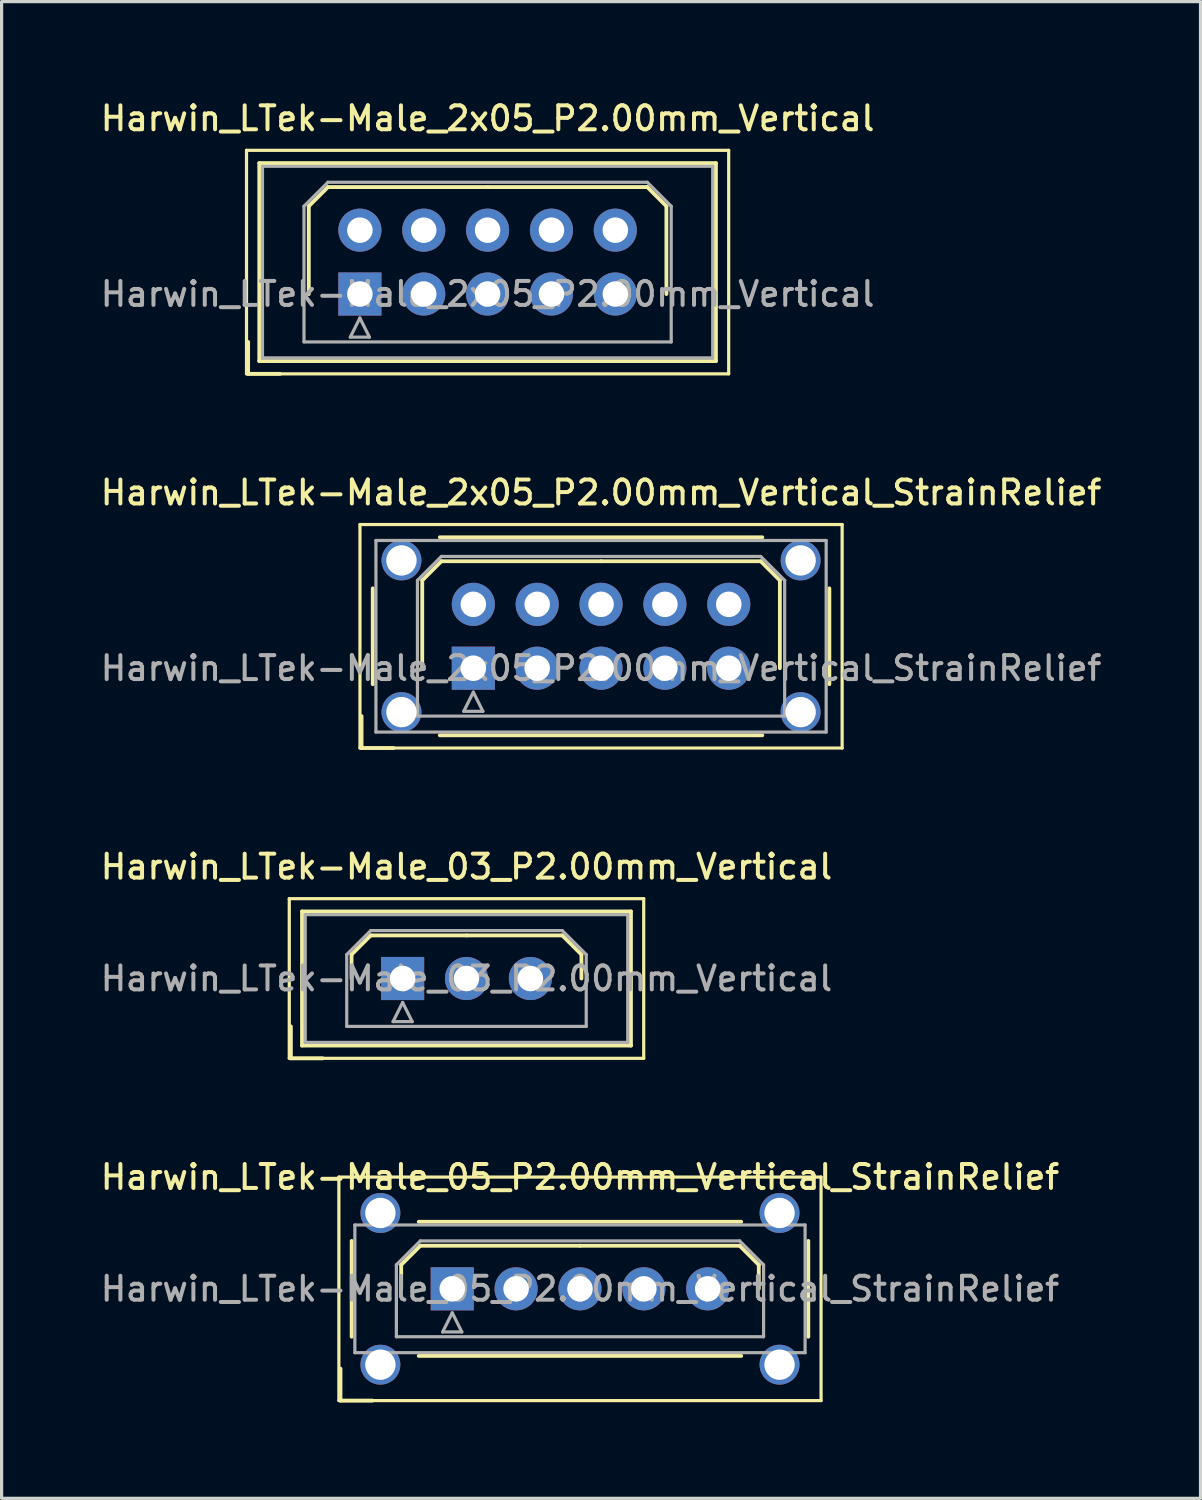
<source format=kicad_pcb>
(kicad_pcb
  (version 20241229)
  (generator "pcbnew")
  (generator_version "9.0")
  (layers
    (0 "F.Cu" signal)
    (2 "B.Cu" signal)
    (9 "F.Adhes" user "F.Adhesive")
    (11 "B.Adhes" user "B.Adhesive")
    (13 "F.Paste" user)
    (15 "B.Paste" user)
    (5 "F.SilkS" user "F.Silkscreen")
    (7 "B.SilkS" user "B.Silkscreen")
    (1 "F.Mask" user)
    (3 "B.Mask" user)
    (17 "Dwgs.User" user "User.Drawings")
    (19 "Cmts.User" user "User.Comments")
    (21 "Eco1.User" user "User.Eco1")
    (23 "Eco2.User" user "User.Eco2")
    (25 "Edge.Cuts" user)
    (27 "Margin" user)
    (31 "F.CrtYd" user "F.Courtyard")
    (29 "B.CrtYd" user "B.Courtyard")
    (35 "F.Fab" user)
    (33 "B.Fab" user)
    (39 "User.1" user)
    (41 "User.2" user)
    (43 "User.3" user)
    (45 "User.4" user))
  (footprint "Harwin_LTek-Male_03_P2.00mm_Vertical"
    (layer "F.Cu")
    (at 9.559 27.594)
    (property "Reference" "Harwin_LTek-Male_03_P2.00mm_Vertical" (at 2 -3.5 0) (layer "F.SilkS") (effects (font (size 0.75 0.75) (thickness 0.125))))
    (attr through_hole)
    (fp_line (start -3.55 -2.5) (end -3.55 2.5) (stroke (width 0.1) (type solid)) (layer "F.SilkS"))
    (fp_line (start -3.55 2.5) (end 7.55 2.5) (stroke (width 0.1) (type solid)) (layer "F.SilkS"))
    (fp_line (start -3.5 1.5) (end -3.5 2.5) (stroke (width 0.12) (type solid)) (layer "F.SilkS"))
    (fp_line (start -3.5 2.5) (end -2.5 2.5) (stroke (width 0.12) (type solid)) (layer "F.SilkS"))
    (fp_line (start -3.15 -2.1) (end -3.15 2.1) (stroke (width 0.12) (type solid)) (layer "F.SilkS"))
    (fp_line (start -3.15 2.1) (end 7.15 2.1) (stroke (width 0.12) (type solid)) (layer "F.SilkS"))
    (fp_line (start -1.6 -0.75) (end -1 -1.35) (stroke (width 0.12) (type solid)) (layer "F.SilkS"))
    (fp_line (start -1.6 0) (end -1.6 -0.75) (stroke (width 0.12) (type solid)) (layer "F.SilkS"))
    (fp_line (start -1 -1.35) (end 2 -1.35) (stroke (width 0.12) (type solid)) (layer "F.SilkS"))
    (fp_line (start 5 -1.35) (end 2 -1.35) (stroke (width 0.12) (type solid)) (layer "F.SilkS"))
    (fp_line (start 5.6 -0.75) (end 5 -1.35) (stroke (width 0.12) (type solid)) (layer "F.SilkS"))
    (fp_line (start 5.6 0) (end 5.6 -0.75) (stroke (width 0.12) (type solid)) (layer "F.SilkS"))
    (fp_line (start 7.15 -2.1) (end -3.15 -2.1) (stroke (width 0.12) (type solid)) (layer "F.SilkS"))
    (fp_line (start 7.15 2.1) (end 7.15 -2.1) (stroke (width 0.12) (type solid)) (layer "F.SilkS"))
    (fp_line (start 7.55 -2.5) (end -3.55 -2.5) (stroke (width 0.1) (type solid)) (layer "F.SilkS"))
    (fp_line (start 7.55 2.5) (end 7.55 -2.5) (stroke (width 0.1) (type solid)) (layer "F.SilkS"))
    (fp_line (start -3.05 -2) (end -3.05 2) (stroke (width 0.1) (type solid)) (layer "F.Fab"))
    (fp_line (start -3.05 2) (end 7.05 2) (stroke (width 0.1) (type solid)) (layer "F.Fab"))
    (fp_line (start -1.75 -0.75) (end -1 -1.5) (stroke (width 0.1) (type solid)) (layer "F.Fab"))
    (fp_line (start -1.75 1.5) (end -1.75 -0.75) (stroke (width 0.1) (type solid)) (layer "F.Fab"))
    (fp_line (start -1 -1.5) (end 5 -1.5) (stroke (width 0.1) (type solid)) (layer "F.Fab"))
    (fp_line (start -0.3 1.35) (end 0.3 1.35) (stroke (width 0.1) (type solid)) (layer "F.Fab"))
    (fp_line (start 0 0.75) (end -0.3 1.35) (stroke (width 0.1) (type solid)) (layer "F.Fab"))
    (fp_line (start 0.3 1.35) (end 0 0.75) (stroke (width 0.1) (type solid)) (layer "F.Fab"))
    (fp_line (start 5 -1.5) (end 5.75 -0.75) (stroke (width 0.1) (type solid)) (layer "F.Fab"))
    (fp_line (start 5.75 -0.75) (end 5.75 1.5) (stroke (width 0.1) (type solid)) (layer "F.Fab"))
    (fp_line (start 5.75 1.5) (end -1.75 1.5) (stroke (width 0.1) (type solid)) (layer "F.Fab"))
    (fp_line (start 7.05 -2) (end -3.05 -2) (stroke (width 0.1) (type solid)) (layer "F.Fab"))
    (fp_line (start 7.05 2) (end 7.05 -2) (stroke (width 0.1) (type solid)) (layer "F.Fab"))
    (fp_text user "${REFERENCE}" (at 2 0 0) (layer "F.Fab") (effects (font (size 0.75 0.75) (thickness 0.125))))
    (pad "1" thru_hole rect (at 0 0) (size 1.35 1.35) (drill 0.8) (layers "*.Cu" "*.Mask"))
    (pad "2" thru_hole circle (at 2 0) (size 1.35 1.35) (drill 0.8) (layers "*.Cu" "*.Mask"))
    (pad "3" thru_hole circle (at 4 0) (size 1.35 1.35) (drill 0.8) (layers "*.Cu" "*.Mask")))
  (footprint "Harwin_LTek-Male_2x05_P2.00mm_Vertical"
    (layer "F.Cu")
    (at 8.22 6.158)
    (property "Reference" "Harwin_LTek-Male_2x05_P2.00mm_Vertical" (at 4 -5.5 0) (layer "F.SilkS") (effects (font (size 0.75 0.75) (thickness 0.125))))
    (attr through_hole)
    (fp_line (start -3.55 -4.5) (end -3.55 2.5) (stroke (width 0.1) (type solid)) (layer "F.SilkS"))
    (fp_line (start -3.55 2.5) (end 11.55 2.5) (stroke (width 0.1) (type solid)) (layer "F.SilkS"))
    (fp_line (start -3.5 1.5) (end -3.5 2.5) (stroke (width 0.12) (type solid)) (layer "F.SilkS"))
    (fp_line (start -3.5 2.5) (end -2.5 2.5) (stroke (width 0.12) (type solid)) (layer "F.SilkS"))
    (fp_line (start -3.15 -4.1) (end -3.15 2.1) (stroke (width 0.12) (type solid)) (layer "F.SilkS"))
    (fp_line (start -3.15 2.1) (end 11.15 2.1) (stroke (width 0.12) (type solid)) (layer "F.SilkS"))
    (fp_line (start -1.6 -2.75) (end -1 -3.35) (stroke (width 0.12) (type solid)) (layer "F.SilkS"))
    (fp_line (start -1.6 0) (end -1.6 -2.75) (stroke (width 0.12) (type solid)) (layer "F.SilkS"))
    (fp_line (start -1 -3.35) (end 4 -3.35) (stroke (width 0.12) (type solid)) (layer "F.SilkS"))
    (fp_line (start 9 -3.35) (end 4 -3.35) (stroke (width 0.12) (type solid)) (layer "F.SilkS"))
    (fp_line (start 9.6 -2.75) (end 9 -3.35) (stroke (width 0.12) (type solid)) (layer "F.SilkS"))
    (fp_line (start 9.6 0) (end 9.6 -2.75) (stroke (width 0.12) (type solid)) (layer "F.SilkS"))
    (fp_line (start 11.15 -4.1) (end -3.15 -4.1) (stroke (width 0.12) (type solid)) (layer "F.SilkS"))
    (fp_line (start 11.15 2.1) (end 11.15 -4.1) (stroke (width 0.12) (type solid)) (layer "F.SilkS"))
    (fp_line (start 11.55 -4.5) (end -3.55 -4.5) (stroke (width 0.1) (type solid)) (layer "F.SilkS"))
    (fp_line (start 11.55 2.5) (end 11.55 -4.5) (stroke (width 0.1) (type solid)) (layer "F.SilkS"))
    (fp_line (start -3.05 -4) (end -3.05 2) (stroke (width 0.1) (type solid)) (layer "F.Fab"))
    (fp_line (start -3.05 2) (end 11.05 2) (stroke (width 0.1) (type solid)) (layer "F.Fab"))
    (fp_line (start -1.75 -2.75) (end -1 -3.5) (stroke (width 0.1) (type solid)) (layer "F.Fab"))
    (fp_line (start -1.75 1.5) (end -1.75 -2.75) (stroke (width 0.1) (type solid)) (layer "F.Fab"))
    (fp_line (start -1 -3.5) (end 9 -3.5) (stroke (width 0.1) (type solid)) (layer "F.Fab"))
    (fp_line (start -0.3 1.35) (end 0.3 1.35) (stroke (width 0.1) (type solid)) (layer "F.Fab"))
    (fp_line (start 0 0.75) (end -0.3 1.35) (stroke (width 0.1) (type solid)) (layer "F.Fab"))
    (fp_line (start 0.3 1.35) (end 0 0.75) (stroke (width 0.1) (type solid)) (layer "F.Fab"))
    (fp_line (start 9 -3.5) (end 9.75 -2.75) (stroke (width 0.1) (type solid)) (layer "F.Fab"))
    (fp_line (start 9.75 -2.75) (end 9.75 1.5) (stroke (width 0.1) (type solid)) (layer "F.Fab"))
    (fp_line (start 9.75 1.5) (end -1.75 1.5) (stroke (width 0.1) (type solid)) (layer "F.Fab"))
    (fp_line (start 11.05 -4) (end -3.05 -4) (stroke (width 0.1) (type solid)) (layer "F.Fab"))
    (fp_line (start 11.05 2) (end 11.05 -4) (stroke (width 0.1) (type solid)) (layer "F.Fab"))
    (fp_text user "${REFERENCE}" (at 4 0 0) (layer "F.Fab") (effects (font (size 0.75 0.75) (thickness 0.125))))
    (pad "1" thru_hole rect (at 0 0) (size 1.35 1.35) (drill 0.8) (layers "*.Cu" "*.Mask"))
    (pad "2" thru_hole circle (at 0 -2) (size 1.35 1.35) (drill 0.8) (layers "*.Cu" "*.Mask"))
    (pad "3" thru_hole circle (at 2 0) (size 1.35 1.35) (drill 0.8) (layers "*.Cu" "*.Mask"))
    (pad "4" thru_hole circle (at 2 -2) (size 1.35 1.35) (drill 0.8) (layers "*.Cu" "*.Mask"))
    (pad "5" thru_hole circle (at 4 0) (size 1.35 1.35) (drill 0.8) (layers "*.Cu" "*.Mask"))
    (pad "6" thru_hole circle (at 4 -2) (size 1.35 1.35) (drill 0.8) (layers "*.Cu" "*.Mask"))
    (pad "7" thru_hole circle (at 6 0) (size 1.35 1.35) (drill 0.8) (layers "*.Cu" "*.Mask"))
    (pad "8" thru_hole circle (at 6 -2) (size 1.35 1.35) (drill 0.8) (layers "*.Cu" "*.Mask"))
    (pad "9" thru_hole circle (at 8 0) (size 1.35 1.35) (drill 0.8) (layers "*.Cu" "*.Mask"))
    (pad "10" thru_hole circle (at 8 -2) (size 1.35 1.35) (drill 0.8) (layers "*.Cu" "*.Mask")))
  (footprint "Harwin_LTek-Male_05_P2.00mm_Vertical_StrainRelief"
    (layer "F.Cu")
    (at 11.113 37.312)
    (property "Reference" "Harwin_LTek-Male_05_P2.00mm_Vertical_StrainRelief" (at 4 -3.5 0) (layer "F.SilkS") (effects (font (size 0.75 0.75) (thickness 0.125))))
    (attr through_hole)
    (fp_line (start -3.55 -3.5) (end -3.55 3.5) (stroke (width 0.1) (type solid)) (layer "F.SilkS"))
    (fp_line (start -3.55 3.5) (end 11.55 3.5) (stroke (width 0.1) (type solid)) (layer "F.SilkS"))
    (fp_line (start -3.5 2.5) (end -3.5 3.5) (stroke (width 0.12) (type solid)) (layer "F.SilkS"))
    (fp_line (start -3.5 3.5) (end -2.5 3.5) (stroke (width 0.12) (type solid)) (layer "F.SilkS"))
    (fp_line (start -3.15 -1.5) (end -3.15 1.5) (stroke (width 0.12) (type solid)) (layer "F.SilkS"))
    (fp_line (start -1.6 -0.75) (end -1 -1.35) (stroke (width 0.12) (type solid)) (layer "F.SilkS"))
    (fp_line (start -1.6 0) (end -1.6 -0.75) (stroke (width 0.12) (type solid)) (layer "F.SilkS"))
    (fp_line (start -1.05 -2.1) (end 9.05 -2.1) (stroke (width 0.12) (type solid)) (layer "F.SilkS"))
    (fp_line (start -1.05 2.1) (end 9.05 2.1) (stroke (width 0.12) (type solid)) (layer "F.SilkS"))
    (fp_line (start -1 -1.35) (end 4 -1.35) (stroke (width 0.12) (type solid)) (layer "F.SilkS"))
    (fp_line (start 9 -1.35) (end 4 -1.35) (stroke (width 0.12) (type solid)) (layer "F.SilkS"))
    (fp_line (start 9.6 -0.75) (end 9 -1.35) (stroke (width 0.12) (type solid)) (layer "F.SilkS"))
    (fp_line (start 9.6 0) (end 9.6 -0.75) (stroke (width 0.12) (type solid)) (layer "F.SilkS"))
    (fp_line (start 11.15 -1.5) (end 11.15 1.5) (stroke (width 0.12) (type solid)) (layer "F.SilkS"))
    (fp_line (start 11.55 -3.5) (end -3.55 -3.5) (stroke (width 0.1) (type solid)) (layer "F.SilkS"))
    (fp_line (start 11.55 3.5) (end 11.55 -3.5) (stroke (width 0.1) (type solid)) (layer "F.SilkS"))
    (fp_line (start -3.05 -2) (end -3.05 2) (stroke (width 0.1) (type solid)) (layer "F.Fab"))
    (fp_line (start -3.05 2) (end 11.05 2) (stroke (width 0.1) (type solid)) (layer "F.Fab"))
    (fp_line (start -1.75 -0.75) (end -1 -1.5) (stroke (width 0.1) (type solid)) (layer "F.Fab"))
    (fp_line (start -1.75 1.5) (end -1.75 -0.75) (stroke (width 0.1) (type solid)) (layer "F.Fab"))
    (fp_line (start -1 -1.5) (end 9 -1.5) (stroke (width 0.1) (type solid)) (layer "F.Fab"))
    (fp_line (start -0.3 1.35) (end 0.3 1.35) (stroke (width 0.1) (type solid)) (layer "F.Fab"))
    (fp_line (start 0 0.75) (end -0.3 1.35) (stroke (width 0.1) (type solid)) (layer "F.Fab"))
    (fp_line (start 0.3 1.35) (end 0 0.75) (stroke (width 0.1) (type solid)) (layer "F.Fab"))
    (fp_line (start 9 -1.5) (end 9.75 -0.75) (stroke (width 0.1) (type solid)) (layer "F.Fab"))
    (fp_line (start 9.75 -0.75) (end 9.75 1.5) (stroke (width 0.1) (type solid)) (layer "F.Fab"))
    (fp_line (start 9.75 1.5) (end -1.75 1.5) (stroke (width 0.1) (type solid)) (layer "F.Fab"))
    (fp_line (start 11.05 -2) (end -3.05 -2) (stroke (width 0.1) (type solid)) (layer "F.Fab"))
    (fp_line (start 11.05 2) (end 11.05 -2) (stroke (width 0.1) (type solid)) (layer "F.Fab"))
    (fp_text user "${REFERENCE}" (at 4 0 0) (layer "F.Fab") (effects (font (size 0.75 0.75) (thickness 0.125))))
    (pad "" thru_hole circle (at -2.25 -2.375) (size 1.25 1.25) (drill 0.95) (layers "*.Cu" "*.Mask"))
    (pad "" thru_hole circle (at -2.25 2.375) (size 1.25 1.25) (drill 0.95) (layers "*.Cu" "*.Mask"))
    (pad "" thru_hole circle (at 10.25 -2.375) (size 1.25 1.25) (drill 0.95) (layers "*.Cu" "*.Mask"))
    (pad "" thru_hole circle (at 10.25 2.375) (size 1.25 1.25) (drill 0.95) (layers "*.Cu" "*.Mask"))
    (pad "1" thru_hole rect (at 0 0) (size 1.35 1.35) (drill 0.8) (layers "*.Cu" "*.Mask"))
    (pad "2" thru_hole circle (at 2 0) (size 1.35 1.35) (drill 0.8) (layers "*.Cu" "*.Mask"))
    (pad "3" thru_hole circle (at 4 0) (size 1.35 1.35) (drill 0.8) (layers "*.Cu" "*.Mask"))
    (pad "4" thru_hole circle (at 6 0) (size 1.35 1.35) (drill 0.8) (layers "*.Cu" "*.Mask"))
    (pad "5" thru_hole circle (at 8 0) (size 1.35 1.35) (drill 0.8) (layers "*.Cu" "*.Mask")))
  (footprint "Harwin_LTek-Male_2x05_P2.00mm_Vertical_StrainRelief"
    (layer "F.Cu")
    (at 11.773 17.876)
    (property "Reference" "Harwin_LTek-Male_2x05_P2.00mm_Vertical_StrainRelief" (at 4 -5.5 0) (layer "F.SilkS") (effects (font (size 0.75 0.75) (thickness 0.125))))
    (attr through_hole)
    (fp_line (start -3.55 -4.5) (end -3.55 2.5) (stroke (width 0.1) (type solid)) (layer "F.SilkS"))
    (fp_line (start -3.55 2.5) (end 11.55 2.5) (stroke (width 0.1) (type solid)) (layer "F.SilkS"))
    (fp_line (start -3.5 1.5) (end -3.5 2.5) (stroke (width 0.12) (type solid)) (layer "F.SilkS"))
    (fp_line (start -3.5 2.5) (end -2.5 2.5) (stroke (width 0.12) (type solid)) (layer "F.SilkS"))
    (fp_line (start -3.15 -2.5) (end -3.15 0.5) (stroke (width 0.12) (type solid)) (layer "F.SilkS"))
    (fp_line (start -1.6 -2.75) (end -1 -3.35) (stroke (width 0.12) (type solid)) (layer "F.SilkS"))
    (fp_line (start -1.6 0) (end -1.6 -2.75) (stroke (width 0.12) (type solid)) (layer "F.SilkS"))
    (fp_line (start -1.05 -4.1) (end 9.05 -4.1) (stroke (width 0.12) (type solid)) (layer "F.SilkS"))
    (fp_line (start -1.05 2.1) (end 9.05 2.1) (stroke (width 0.12) (type solid)) (layer "F.SilkS"))
    (fp_line (start -1 -3.35) (end 4 -3.35) (stroke (width 0.12) (type solid)) (layer "F.SilkS"))
    (fp_line (start 9 -3.35) (end 4 -3.35) (stroke (width 0.12) (type solid)) (layer "F.SilkS"))
    (fp_line (start 9.6 -2.75) (end 9 -3.35) (stroke (width 0.12) (type solid)) (layer "F.SilkS"))
    (fp_line (start 9.6 0) (end 9.6 -2.75) (stroke (width 0.12) (type solid)) (layer "F.SilkS"))
    (fp_line (start 11.15 -2.5) (end 11.15 0.5) (stroke (width 0.12) (type solid)) (layer "F.SilkS"))
    (fp_line (start 11.55 -4.5) (end -3.55 -4.5) (stroke (width 0.1) (type solid)) (layer "F.SilkS"))
    (fp_line (start 11.55 2.5) (end 11.55 -4.5) (stroke (width 0.1) (type solid)) (layer "F.SilkS"))
    (fp_line (start -3.05 -4) (end -3.05 2) (stroke (width 0.1) (type solid)) (layer "F.Fab"))
    (fp_line (start -3.05 2) (end 11.05 2) (stroke (width 0.1) (type solid)) (layer "F.Fab"))
    (fp_line (start -1.75 -2.75) (end -1 -3.5) (stroke (width 0.1) (type solid)) (layer "F.Fab"))
    (fp_line (start -1.75 1.5) (end -1.75 -2.75) (stroke (width 0.1) (type solid)) (layer "F.Fab"))
    (fp_line (start -1 -3.5) (end 9 -3.5) (stroke (width 0.1) (type solid)) (layer "F.Fab"))
    (fp_line (start -0.3 1.35) (end 0.3 1.35) (stroke (width 0.1) (type solid)) (layer "F.Fab"))
    (fp_line (start 0 0.75) (end -0.3 1.35) (stroke (width 0.1) (type solid)) (layer "F.Fab"))
    (fp_line (start 0.3 1.35) (end 0 0.75) (stroke (width 0.1) (type solid)) (layer "F.Fab"))
    (fp_line (start 9 -3.5) (end 9.75 -2.75) (stroke (width 0.1) (type solid)) (layer "F.Fab"))
    (fp_line (start 9.75 -2.75) (end 9.75 1.5) (stroke (width 0.1) (type solid)) (layer "F.Fab"))
    (fp_line (start 9.75 1.5) (end -1.75 1.5) (stroke (width 0.1) (type solid)) (layer "F.Fab"))
    (fp_line (start 11.05 -4) (end -3.05 -4) (stroke (width 0.1) (type solid)) (layer "F.Fab"))
    (fp_line (start 11.05 2) (end 11.05 -4) (stroke (width 0.1) (type solid)) (layer "F.Fab"))
    (fp_text user "${REFERENCE}" (at 4 0 0) (layer "F.Fab") (effects (font (size 0.75 0.75) (thickness 0.125))))
    (pad "" thru_hole circle (at -2.25 -3.375) (size 1.25 1.25) (drill 0.95) (layers "*.Cu" "*.Mask"))
    (pad "" thru_hole circle (at -2.25 1.375) (size 1.25 1.25) (drill 0.95) (layers "*.Cu" "*.Mask"))
    (pad "" thru_hole circle (at 10.25 -3.375) (size 1.25 1.25) (drill 0.95) (layers "*.Cu" "*.Mask"))
    (pad "" thru_hole circle (at 10.25 1.375) (size 1.25 1.25) (drill 0.95) (layers "*.Cu" "*.Mask"))
    (pad "1" thru_hole rect (at 0 0) (size 1.35 1.35) (drill 0.8) (layers "*.Cu" "*.Mask"))
    (pad "2" thru_hole circle (at 0 -2) (size 1.35 1.35) (drill 0.8) (layers "*.Cu" "*.Mask"))
    (pad "3" thru_hole circle (at 2 0) (size 1.35 1.35) (drill 0.8) (layers "*.Cu" "*.Mask"))
    (pad "4" thru_hole circle (at 2 -2) (size 1.35 1.35) (drill 0.8) (layers "*.Cu" "*.Mask"))
    (pad "5" thru_hole circle (at 4 0) (size 1.35 1.35) (drill 0.8) (layers "*.Cu" "*.Mask"))
    (pad "6" thru_hole circle (at 4 -2) (size 1.35 1.35) (drill 0.8) (layers "*.Cu" "*.Mask"))
    (pad "7" thru_hole circle (at 6 0) (size 1.35 1.35) (drill 0.8) (layers "*.Cu" "*.Mask"))
    (pad "8" thru_hole circle (at 6 -2) (size 1.35 1.35) (drill 0.8) (layers "*.Cu" "*.Mask"))
    (pad "9" thru_hole circle (at 8 0) (size 1.35 1.35) (drill 0.8) (layers "*.Cu" "*.Mask"))
    (pad "10" thru_hole circle (at 8 -2) (size 1.35 1.35) (drill 0.8) (layers "*.Cu" "*.Mask")))
  (gr_rect
    (start -3 -3)
    (end 34.546 43.873)
    (stroke (width 0.1) (type default))
    (fill no)
    (layer "Edge.Cuts")))
</source>
